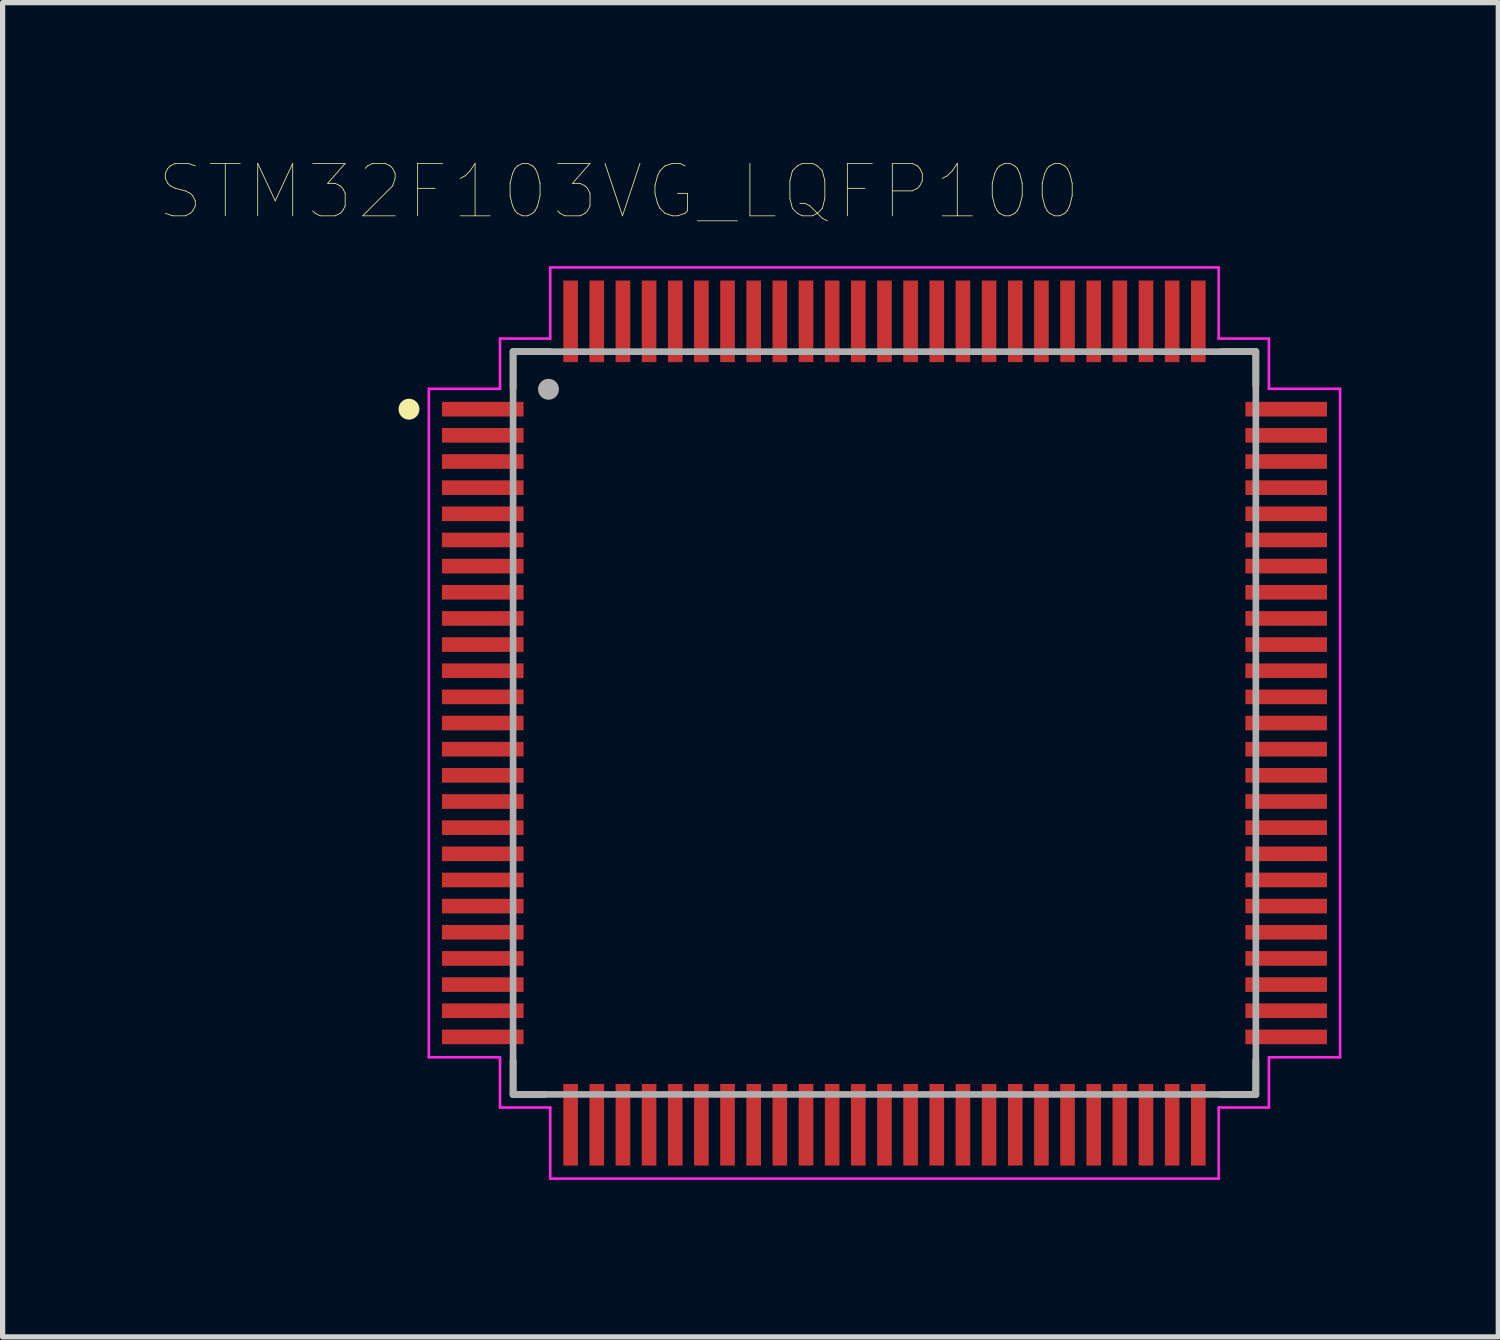
<source format=kicad_pcb>
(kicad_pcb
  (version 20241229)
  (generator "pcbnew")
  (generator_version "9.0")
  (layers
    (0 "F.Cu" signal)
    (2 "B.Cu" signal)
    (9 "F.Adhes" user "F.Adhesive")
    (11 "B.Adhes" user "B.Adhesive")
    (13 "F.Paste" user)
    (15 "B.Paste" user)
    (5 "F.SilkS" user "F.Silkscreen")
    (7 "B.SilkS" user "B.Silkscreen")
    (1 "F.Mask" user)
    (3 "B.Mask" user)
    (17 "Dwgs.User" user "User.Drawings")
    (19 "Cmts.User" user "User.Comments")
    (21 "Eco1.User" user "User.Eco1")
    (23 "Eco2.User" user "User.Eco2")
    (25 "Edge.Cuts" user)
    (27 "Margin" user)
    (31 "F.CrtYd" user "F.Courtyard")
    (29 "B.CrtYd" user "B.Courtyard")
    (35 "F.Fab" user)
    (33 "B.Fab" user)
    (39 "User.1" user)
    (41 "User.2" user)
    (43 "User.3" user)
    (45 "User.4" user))
  (footprint "STM32F103VG_LQFP100"
    (layer "F.Cu")
    (at 13.859 10.773)
    (property "Reference" "STM32F103VG_LQFP100" (at -5.08 -10.16 0) (layer "F.SilkS") (effects (font (size 1.003 1.003) (thickness 0.015))))
    (attr through_hole)
    (fp_line (start -7.1 -7.1) (end -6.4 -7.1) (stroke (width 0.127) (type solid)) (layer "F.SilkS"))
    (fp_line (start -7.1 -6.4) (end -7.1 -7.1) (stroke (width 0.127) (type solid)) (layer "F.SilkS"))
    (fp_line (start -7.1 6.45) (end -7.1 7.1) (stroke (width 0.127) (type solid)) (layer "F.SilkS"))
    (fp_line (start -7.1 7.1) (end -6.5 7.1) (stroke (width 0.127) (type solid)) (layer "F.SilkS"))
    (fp_line (start 6.45 -7.1) (end 7.1 -7.1) (stroke (width 0.127) (type solid)) (layer "F.SilkS"))
    (fp_line (start 6.45 7.1) (end 7.1 7.1) (stroke (width 0.127) (type solid)) (layer "F.SilkS"))
    (fp_line (start 7.1 -7.1) (end 7.1 -6.45) (stroke (width 0.127) (type solid)) (layer "F.SilkS"))
    (fp_line (start 7.1 7.1) (end 7.1 6.45) (stroke (width 0.127) (type solid)) (layer "F.SilkS"))
    (fp_circle (center -9.09 -6) (end -8.99 -6) (stroke (width 0.2) (type solid)) (fill no) (layer "F.SilkS"))
    (fp_line (start -8.71 -6.39) (end -8.71 6.39) (stroke (width 0.05) (type solid)) (layer "F.CrtYd"))
    (fp_line (start -8.71 6.39) (end -7.35 6.39) (stroke (width 0.05) (type solid)) (layer "F.CrtYd"))
    (fp_line (start -7.35 -7.35) (end -7.35 -6.39) (stroke (width 0.05) (type solid)) (layer "F.CrtYd"))
    (fp_line (start -7.35 -6.39) (end -8.71 -6.39) (stroke (width 0.05) (type solid)) (layer "F.CrtYd"))
    (fp_line (start -7.35 6.39) (end -7.35 7.35) (stroke (width 0.05) (type solid)) (layer "F.CrtYd"))
    (fp_line (start -7.35 7.35) (end -6.39 7.35) (stroke (width 0.05) (type solid)) (layer "F.CrtYd"))
    (fp_line (start -6.39 -8.71) (end -6.39 -7.35) (stroke (width 0.05) (type solid)) (layer "F.CrtYd"))
    (fp_line (start -6.39 -7.35) (end -7.35 -7.35) (stroke (width 0.05) (type solid)) (layer "F.CrtYd"))
    (fp_line (start -6.39 7.35) (end -6.39 8.71) (stroke (width 0.05) (type solid)) (layer "F.CrtYd"))
    (fp_line (start -6.39 8.71) (end 6.39 8.71) (stroke (width 0.05) (type solid)) (layer "F.CrtYd"))
    (fp_line (start 6.39 -8.71) (end -6.39 -8.71) (stroke (width 0.05) (type solid)) (layer "F.CrtYd"))
    (fp_line (start 6.39 -7.35) (end 6.39 -8.71) (stroke (width 0.05) (type solid)) (layer "F.CrtYd"))
    (fp_line (start 6.39 7.35) (end 7.35 7.35) (stroke (width 0.05) (type solid)) (layer "F.CrtYd"))
    (fp_line (start 6.39 8.71) (end 6.39 7.35) (stroke (width 0.05) (type solid)) (layer "F.CrtYd"))
    (fp_line (start 7.35 -7.35) (end 6.39 -7.35) (stroke (width 0.05) (type solid)) (layer "F.CrtYd"))
    (fp_line (start 7.35 -6.39) (end 7.35 -7.35) (stroke (width 0.05) (type solid)) (layer "F.CrtYd"))
    (fp_line (start 7.35 6.39) (end 8.71 6.39) (stroke (width 0.05) (type solid)) (layer "F.CrtYd"))
    (fp_line (start 7.35 7.35) (end 7.35 6.39) (stroke (width 0.05) (type solid)) (layer "F.CrtYd"))
    (fp_line (start 8.71 -6.39) (end 7.35 -6.39) (stroke (width 0.05) (type solid)) (layer "F.CrtYd"))
    (fp_line (start 8.71 6.39) (end 8.71 -6.39) (stroke (width 0.05) (type solid)) (layer "F.CrtYd"))
    (fp_line (start -7.1 -7.1) (end 7.1 -7.1) (stroke (width 0.127) (type solid)) (layer "F.Fab"))
    (fp_line (start -7.1 7.1) (end -7.1 -7.1) (stroke (width 0.127) (type solid)) (layer "F.Fab"))
    (fp_line (start 7.1 -7.1) (end 7.1 7.1) (stroke (width 0.127) (type solid)) (layer "F.Fab"))
    (fp_line (start 7.1 7.1) (end -7.1 7.1) (stroke (width 0.127) (type solid)) (layer "F.Fab"))
    (fp_circle (center -6.423 -6.381) (end -6.323 -6.381) (stroke (width 0.2) (type solid)) (fill no) (layer "F.Fab"))
    (pad "BOOT0" smd rect (at -3 -7.68) (size 0.28 1.56) (layers "F.Cu" "F.Mask" "F.Paste"))
    (pad "NC" smd rect (at 7.68 -5) (size 1.56 0.28) (layers "F.Cu" "F.Mask" "F.Paste"))
    (pad "NRST" smd rect (at -7.68 0.5) (size 1.56 0.28) (layers "F.Cu" "F.Mask" "F.Paste"))
    (pad "OSC_IN" smd rect (at -7.68 -0.5) (size 1.56 0.28) (layers "F.Cu" "F.Mask" "F.Paste"))
    (pad "OSC_OUT" smd rect (at -7.68 0) (size 1.56 0.28) (layers "F.Cu" "F.Mask" "F.Paste"))
    (pad "PA0-WKUP" smd rect (at -7.68 5) (size 1.56 0.28) (layers "F.Cu" "F.Mask" "F.Paste"))
    (pad "PA1" smd rect (at -7.68 5.5) (size 1.56 0.28) (layers "F.Cu" "F.Mask" "F.Paste"))
    (pad "PA2" smd rect (at -7.68 6) (size 1.56 0.28) (layers "F.Cu" "F.Mask" "F.Paste"))
    (pad "PA3" smd rect (at -6 7.68) (size 0.28 1.56) (layers "F.Cu" "F.Mask" "F.Paste"))
    (pad "PA4" smd rect (at -4.5 7.68) (size 0.28 1.56) (layers "F.Cu" "F.Mask" "F.Paste"))
    (pad "PA5" smd rect (at -4 7.68) (size 0.28 1.56) (layers "F.Cu" "F.Mask" "F.Paste"))
    (pad "PA6" smd rect (at -3.5 7.68) (size 0.28 1.56) (layers "F.Cu" "F.Mask" "F.Paste"))
    (pad "PA7" smd rect (at -3 7.68) (size 0.28 1.56) (layers "F.Cu" "F.Mask" "F.Paste"))
    (pad "PA8" smd rect (at 7.68 -2) (size 1.56 0.28) (layers "F.Cu" "F.Mask" "F.Paste"))
    (pad "PA9" smd rect (at 7.68 -2.5) (size 1.56 0.28) (layers "F.Cu" "F.Mask" "F.Paste"))
    (pad "PA10" smd rect (at 7.68 -3) (size 1.56 0.28) (layers "F.Cu" "F.Mask" "F.Paste"))
    (pad "PA11" smd rect (at 7.68 -3.5) (size 1.56 0.28) (layers "F.Cu" "F.Mask" "F.Paste"))
    (pad "PA12" smd rect (at 7.68 -4) (size 1.56 0.28) (layers "F.Cu" "F.Mask" "F.Paste"))
    (pad "PA13" smd rect (at 7.68 -4.5) (size 1.56 0.28) (layers "F.Cu" "F.Mask" "F.Paste"))
    (pad "PA14" smd rect (at 6 -7.68) (size 0.28 1.56) (layers "F.Cu" "F.Mask" "F.Paste"))
    (pad "PA15" smd rect (at 5.5 -7.68) (size 0.28 1.56) (layers "F.Cu" "F.Mask" "F.Paste"))
    (pad "PB0" smd rect (at -1.5 7.68) (size 0.28 1.56) (layers "F.Cu" "F.Mask" "F.Paste"))
    (pad "PB1" smd rect (at -1 7.68) (size 0.28 1.56) (layers "F.Cu" "F.Mask" "F.Paste"))
    (pad "PB2" smd rect (at -0.5 7.68) (size 0.28 1.56) (layers "F.Cu" "F.Mask" "F.Paste"))
    (pad "PB3" smd rect (at -0.5 -7.68) (size 0.28 1.56) (layers "F.Cu" "F.Mask" "F.Paste"))
    (pad "PB4" smd rect (at -1 -7.68) (size 0.28 1.56) (layers "F.Cu" "F.Mask" "F.Paste"))
    (pad "PB5" smd rect (at -1.5 -7.68) (size 0.28 1.56) (layers "F.Cu" "F.Mask" "F.Paste"))
    (pad "PB6" smd rect (at -2 -7.68) (size 0.28 1.56) (layers "F.Cu" "F.Mask" "F.Paste"))
    (pad "PB7" smd rect (at -2.5 -7.68) (size 0.28 1.56) (layers "F.Cu" "F.Mask" "F.Paste"))
    (pad "PB8" smd rect (at -3.5 -7.68) (size 0.28 1.56) (layers "F.Cu" "F.Mask" "F.Paste"))
    (pad "PB9" smd rect (at -4 -7.68) (size 0.28 1.56) (layers "F.Cu" "F.Mask" "F.Paste"))
    (pad "PB10" smd rect (at 4.5 7.68) (size 0.28 1.56) (layers "F.Cu" "F.Mask" "F.Paste"))
    (pad "PB11" smd rect (at 5 7.68) (size 0.28 1.56) (layers "F.Cu" "F.Mask" "F.Paste"))
    (pad "PB12" smd rect (at 7.68 6) (size 1.56 0.28) (layers "F.Cu" "F.Mask" "F.Paste"))
    (pad "PB13" smd rect (at 7.68 5.5) (size 1.56 0.28) (layers "F.Cu" "F.Mask" "F.Paste"))
    (pad "PB14" smd rect (at 7.68 5) (size 1.56 0.28) (layers "F.Cu" "F.Mask" "F.Paste"))
    (pad "PB15" smd rect (at 7.68 4.5) (size 1.56 0.28) (layers "F.Cu" "F.Mask" "F.Paste"))
    (pad "PC1" smd rect (at -7.68 1.5) (size 1.56 0.28) (layers "F.Cu" "F.Mask" "F.Paste"))
    (pad "PC2" smd rect (at -7.68 2) (size 1.56 0.28) (layers "F.Cu" "F.Mask" "F.Paste"))
    (pad "PC3" smd rect (at -7.68 2.5) (size 1.56 0.28) (layers "F.Cu" "F.Mask" "F.Paste"))
    (pad "PC4" smd rect (at -2.5 7.68) (size 0.28 1.56) (layers "F.Cu" "F.Mask" "F.Paste"))
    (pad "PC5" smd rect (at -2 7.68) (size 0.28 1.56) (layers "F.Cu" "F.Mask" "F.Paste"))
    (pad "PC6" smd rect (at 7.68 0) (size 1.56 0.28) (layers "F.Cu" "F.Mask" "F.Paste"))
    (pad "PC7" smd rect (at 7.68 -0.5) (size 1.56 0.28) (layers "F.Cu" "F.Mask" "F.Paste"))
    (pad "PC8" smd rect (at 7.68 -1) (size 1.56 0.28) (layers "F.Cu" "F.Mask" "F.Paste"))
    (pad "PC9" smd rect (at 7.68 -1.5) (size 1.56 0.28) (layers "F.Cu" "F.Mask" "F.Paste"))
    (pad "PC10" smd rect (at 5 -7.68) (size 0.28 1.56) (layers "F.Cu" "F.Mask" "F.Paste"))
    (pad "PC11" smd rect (at 4.5 -7.68) (size 0.28 1.56) (layers "F.Cu" "F.Mask" "F.Paste"))
    (pad "PC12" smd rect (at 4 -7.68) (size 0.28 1.56) (layers "F.Cu" "F.Mask" "F.Paste"))
    (pad "PC13-TAMPER-RTC" smd rect (at -7.68 -3) (size 1.56 0.28) (layers "F.Cu" "F.Mask" "F.Paste"))
    (pad "PC14-OSC32_IN" smd rect (at -7.68 -2.5) (size 1.56 0.28) (layers "F.Cu" "F.Mask" "F.Paste"))
    (pad "PC15-OSC32_OUT" smd rect (at -7.68 -2) (size 1.56 0.28) (layers "F.Cu" "F.Mask" "F.Paste"))
    (pad "PCO" smd rect (at -7.68 1) (size 1.56 0.28) (layers "F.Cu" "F.Mask" "F.Paste"))
    (pad "PD0" smd rect (at 3.5 -7.68) (size 0.28 1.56) (layers "F.Cu" "F.Mask" "F.Paste"))
    (pad "PD1" smd rect (at 3 -7.68) (size 0.28 1.56) (layers "F.Cu" "F.Mask" "F.Paste"))
    (pad "PD2" smd rect (at 2.5 -7.68) (size 0.28 1.56) (layers "F.Cu" "F.Mask" "F.Paste"))
    (pad "PD3" smd rect (at 2 -7.68) (size 0.28 1.56) (layers "F.Cu" "F.Mask" "F.Paste"))
    (pad "PD4" smd rect (at 1.5 -7.68) (size 0.28 1.56) (layers "F.Cu" "F.Mask" "F.Paste"))
    (pad "PD5" smd rect (at 1 -7.68) (size 0.28 1.56) (layers "F.Cu" "F.Mask" "F.Paste"))
    (pad "PD6" smd rect (at 0.5 -7.68) (size 0.28 1.56) (layers "F.Cu" "F.Mask" "F.Paste"))
    (pad "PD7" smd rect (at 0 -7.68) (size 0.28 1.56) (layers "F.Cu" "F.Mask" "F.Paste"))
    (pad "PD8" smd rect (at 7.68 4) (size 1.56 0.28) (layers "F.Cu" "F.Mask" "F.Paste"))
    (pad "PD9" smd rect (at 7.68 3.5) (size 1.56 0.28) (layers "F.Cu" "F.Mask" "F.Paste"))
    (pad "PD10" smd rect (at 7.68 3) (size 1.56 0.28) (layers "F.Cu" "F.Mask" "F.Paste"))
    (pad "PD11" smd rect (at 7.68 2.5) (size 1.56 0.28) (layers "F.Cu" "F.Mask" "F.Paste"))
    (pad "PD12" smd rect (at 7.68 2) (size 1.56 0.28) (layers "F.Cu" "F.Mask" "F.Paste"))
    (pad "PD13" smd rect (at 7.68 1.5) (size 1.56 0.28) (layers "F.Cu" "F.Mask" "F.Paste"))
    (pad "PD14" smd rect (at 7.68 1) (size 1.56 0.28) (layers "F.Cu" "F.Mask" "F.Paste"))
    (pad "PD15" smd rect (at 7.68 0.5) (size 1.56 0.28) (layers "F.Cu" "F.Mask" "F.Paste"))
    (pad "PE0" smd rect (at -4.5 -7.68) (size 0.28 1.56) (layers "F.Cu" "F.Mask" "F.Paste"))
    (pad "PE1" smd rect (at -5 -7.68) (size 0.28 1.56) (layers "F.Cu" "F.Mask" "F.Paste"))
    (pad "PE2" smd rect (at -7.68 -6) (size 1.56 0.28) (layers "F.Cu" "F.Mask" "F.Paste"))
    (pad "PE3" smd rect (at -7.68 -5.5) (size 1.56 0.28) (layers "F.Cu" "F.Mask" "F.Paste"))
    (pad "PE4" smd rect (at -7.68 -5) (size 1.56 0.28) (layers "F.Cu" "F.Mask" "F.Paste"))
    (pad "PE5" smd rect (at -7.68 -4.5) (size 1.56 0.28) (layers "F.Cu" "F.Mask" "F.Paste"))
    (pad "PE6" smd rect (at -7.68 -4) (size 1.56 0.28) (layers "F.Cu" "F.Mask" "F.Paste"))
    (pad "PE7" smd rect (at 0 7.68) (size 0.28 1.56) (layers "F.Cu" "F.Mask" "F.Paste"))
    (pad "PE8" smd rect (at 0.5 7.68) (size 0.28 1.56) (layers "F.Cu" "F.Mask" "F.Paste"))
    (pad "PE9" smd rect (at 1 7.68) (size 0.28 1.56) (layers "F.Cu" "F.Mask" "F.Paste"))
    (pad "PE10" smd rect (at 1.5 7.68) (size 0.28 1.56) (layers "F.Cu" "F.Mask" "F.Paste"))
    (pad "PE11" smd rect (at 2 7.68) (size 0.28 1.56) (layers "F.Cu" "F.Mask" "F.Paste"))
    (pad "PE12" smd rect (at 2.5 7.68) (size 0.28 1.56) (layers "F.Cu" "F.Mask" "F.Paste"))
    (pad "PE13" smd rect (at 3 7.68) (size 0.28 1.56) (layers "F.Cu" "F.Mask" "F.Paste"))
    (pad "PE14" smd rect (at 3.5 7.68) (size 0.28 1.56) (layers "F.Cu" "F.Mask" "F.Paste"))
    (pad "PE15" smd rect (at 4 7.68) (size 0.28 1.56) (layers "F.Cu" "F.Mask" "F.Paste"))
    (pad "VBAT" smd rect (at -7.68 -3.5) (size 1.56 0.28) (layers "F.Cu" "F.Mask" "F.Paste"))
    (pad "VDD-4" smd rect (at -5 7.68) (size 0.28 1.56) (layers "F.Cu" "F.Mask" "F.Paste"))
    (pad "VDDA" smd rect (at -7.68 4.5) (size 1.56 0.28) (layers "F.Cu" "F.Mask" "F.Paste"))
    (pad "VDD_1" smd rect (at 6 7.68) (size 0.28 1.56) (layers "F.Cu" "F.Mask" "F.Paste"))
    (pad "VDD_2" smd rect (at 7.68 -6) (size 1.56 0.28) (layers "F.Cu" "F.Mask" "F.Paste"))
    (pad "VDD_3" smd rect (at -6 -7.68) (size 0.28 1.56) (layers "F.Cu" "F.Mask" "F.Paste"))
    (pad "VDD_5" smd rect (at -7.68 -1) (size 1.56 0.28) (layers "F.Cu" "F.Mask" "F.Paste"))
    (pad "VREF+" smd rect (at -7.68 4) (size 1.56 0.28) (layers "F.Cu" "F.Mask" "F.Paste"))
    (pad "VREF-" smd rect (at -7.68 3.5) (size 1.56 0.28) (layers "F.Cu" "F.Mask" "F.Paste"))
    (pad "VSSA" smd rect (at -7.68 3) (size 1.56 0.28) (layers "F.Cu" "F.Mask" "F.Paste"))
    (pad "VSS_1" smd rect (at 5.5 7.68) (size 0.28 1.56) (layers "F.Cu" "F.Mask" "F.Paste"))
    (pad "VSS_2" smd rect (at 7.68 -5.5) (size 1.56 0.28) (layers "F.Cu" "F.Mask" "F.Paste"))
    (pad "VSS_3" smd rect (at -5.5 -7.68) (size 0.28 1.56) (layers "F.Cu" "F.Mask" "F.Paste"))
    (pad "VSS_4" smd rect (at -5.5 7.68) (size 0.28 1.56) (layers "F.Cu" "F.Mask" "F.Paste"))
    (pad "VSS_5" smd rect (at -7.68 -1.5) (size 1.56 0.28) (layers "F.Cu" "F.Mask" "F.Paste")))
  (gr_rect
    (start -3 -3)
    (end 25.594 22.508)
    (stroke (width 0.1) (type default))
    (fill no)
    (layer "Edge.Cuts")))
</source>
